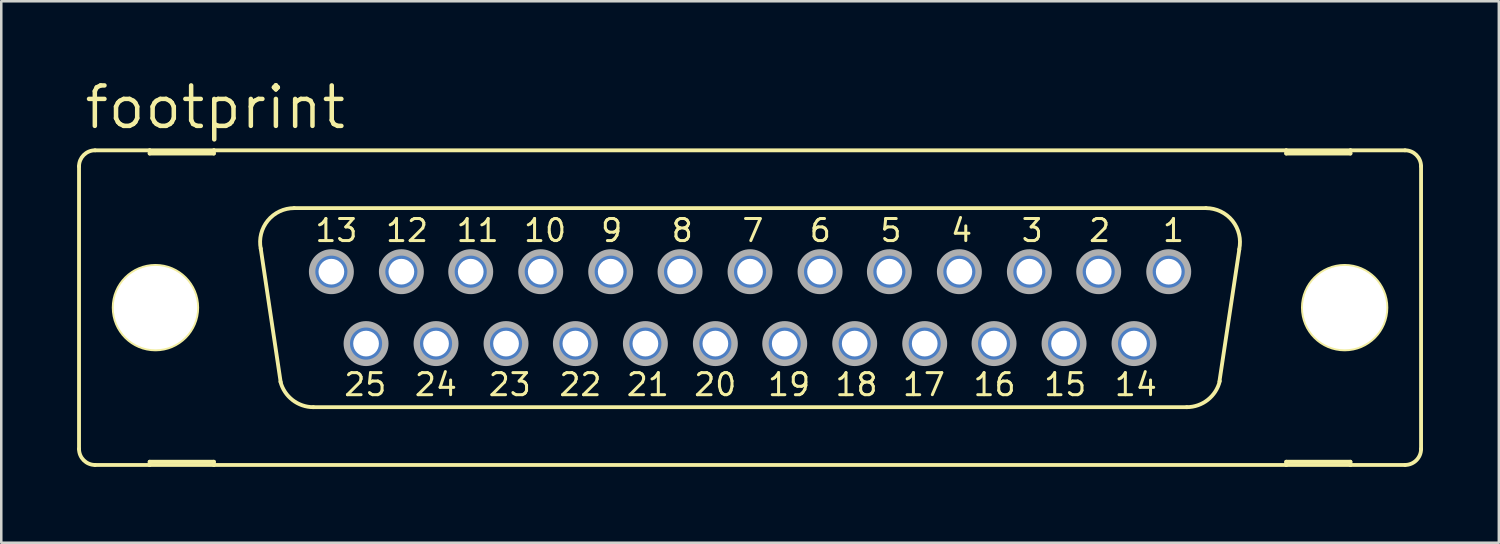
<source format=kicad_pcb>
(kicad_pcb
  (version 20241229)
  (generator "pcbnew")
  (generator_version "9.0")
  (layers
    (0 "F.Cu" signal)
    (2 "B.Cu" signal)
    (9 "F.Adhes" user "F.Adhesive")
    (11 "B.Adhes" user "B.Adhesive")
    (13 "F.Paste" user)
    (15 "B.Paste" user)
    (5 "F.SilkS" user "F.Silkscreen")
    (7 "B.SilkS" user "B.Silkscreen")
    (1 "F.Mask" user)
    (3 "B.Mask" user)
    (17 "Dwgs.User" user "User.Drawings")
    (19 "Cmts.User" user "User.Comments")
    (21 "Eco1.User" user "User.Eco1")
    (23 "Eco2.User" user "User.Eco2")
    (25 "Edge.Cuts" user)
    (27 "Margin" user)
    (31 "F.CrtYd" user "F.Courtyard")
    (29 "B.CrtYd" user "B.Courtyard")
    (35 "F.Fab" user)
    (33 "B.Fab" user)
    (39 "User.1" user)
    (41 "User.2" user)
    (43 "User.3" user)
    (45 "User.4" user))
  (footprint "footprint"
    (layer "F.Cu")
    (at 26.619 9.119)
    (property "Reference" "footprint" (at -26.416 -6.985 0) (layer "F.SilkS") (effects (font (size 1.6 1.6) (thickness 0.178)) (justify left bottom)))
    (fp_line (start -26.543 -5.588) (end -26.543 5.588) (stroke (width 0.152) (type solid)) (layer "F.SilkS"))
    (fp_line (start -25.908 6.223) (end -23.749 6.223) (stroke (width 0.152) (type solid)) (layer "F.SilkS"))
    (fp_line (start -23.749 -6.223) (end -25.908 -6.223) (stroke (width 0.152) (type solid)) (layer "F.SilkS"))
    (fp_line (start -23.749 -6.223) (end -23.749 -6.096) (stroke (width 0.152) (type solid)) (layer "F.SilkS"))
    (fp_line (start -23.749 -6.096) (end -21.209 -6.096) (stroke (width 0.152) (type solid)) (layer "F.SilkS"))
    (fp_line (start -23.749 6.096) (end -21.209 6.096) (stroke (width 0.152) (type solid)) (layer "F.SilkS"))
    (fp_line (start -23.749 6.223) (end -23.749 6.096) (stroke (width 0.152) (type solid)) (layer "F.SilkS"))
    (fp_line (start -23.749 6.223) (end -21.209 6.223) (stroke (width 0.152) (type solid)) (layer "F.SilkS"))
    (fp_line (start -21.209 -6.223) (end -23.749 -6.223) (stroke (width 0.152) (type solid)) (layer "F.SilkS"))
    (fp_line (start -21.209 -6.096) (end -21.209 -6.223) (stroke (width 0.152) (type solid)) (layer "F.SilkS"))
    (fp_line (start -21.209 6.096) (end -21.209 6.223) (stroke (width 0.152) (type solid)) (layer "F.SilkS"))
    (fp_line (start -21.209 6.223) (end 21.209 6.223) (stroke (width 0.152) (type solid)) (layer "F.SilkS"))
    (fp_line (start -18.567 2.946) (end -19.355 -2.337) (stroke (width 0.152) (type solid)) (layer "F.SilkS"))
    (fp_line (start -18.034 -3.937) (end 18.034 -3.937) (stroke (width 0.152) (type solid)) (layer "F.SilkS"))
    (fp_line (start -17.272 3.937) (end 17.272 3.937) (stroke (width 0.152) (type solid)) (layer "F.SilkS"))
    (fp_line (start 19.355 -2.311) (end 18.567 2.921) (stroke (width 0.152) (type solid)) (layer "F.SilkS"))
    (fp_line (start 21.209 -6.223) (end -21.209 -6.223) (stroke (width 0.152) (type solid)) (layer "F.SilkS"))
    (fp_line (start 21.209 -6.223) (end 21.209 -6.096) (stroke (width 0.152) (type solid)) (layer "F.SilkS"))
    (fp_line (start 21.209 -6.096) (end 23.749 -6.096) (stroke (width 0.152) (type solid)) (layer "F.SilkS"))
    (fp_line (start 21.209 6.096) (end 23.749 6.096) (stroke (width 0.152) (type solid)) (layer "F.SilkS"))
    (fp_line (start 21.209 6.223) (end 21.209 6.096) (stroke (width 0.152) (type solid)) (layer "F.SilkS"))
    (fp_line (start 21.209 6.223) (end 23.749 6.223) (stroke (width 0.152) (type solid)) (layer "F.SilkS"))
    (fp_line (start 23.749 -6.223) (end 21.209 -6.223) (stroke (width 0.152) (type solid)) (layer "F.SilkS"))
    (fp_line (start 23.749 -6.096) (end 23.749 -6.223) (stroke (width 0.152) (type solid)) (layer "F.SilkS"))
    (fp_line (start 23.749 6.096) (end 23.749 6.223) (stroke (width 0.152) (type solid)) (layer "F.SilkS"))
    (fp_line (start 23.749 6.223) (end 25.908 6.223) (stroke (width 0.152) (type solid)) (layer "F.SilkS"))
    (fp_line (start 25.908 -6.223) (end 23.749 -6.223) (stroke (width 0.152) (type solid)) (layer "F.SilkS"))
    (fp_line (start 26.543 -5.588) (end 26.543 5.588) (stroke (width 0.152) (type solid)) (layer "F.SilkS"))
    (fp_arc (start -26.543 -5.588) (mid -26.357013 -6.037013) (end -25.908 -6.223) (stroke (width 0.1524) (type solid)) (layer "F.SilkS"))
    (fp_arc (start -25.908 6.223) (mid -26.357013 6.037013) (end -26.543 5.588) (stroke (width 0.1524) (type solid)) (layer "F.SilkS"))
    (fp_arc (start -19.3541 -2.3268) (mid -19.075082 -3.444284) (end -18.034 -3.937) (stroke (width 0.1524) (type solid)) (layer "F.SilkS"))
    (fp_arc (start -17.272 3.937) (mid -18.0955 3.655745) (end -18.5749 2.9295) (stroke (width 0.1524) (type solid)) (layer "F.SilkS"))
    (fp_arc (start 18.034 -3.937) (mid 19.082557 -3.435183) (end 19.349499 -2.303798) (stroke (width 0.1524) (type solid)) (layer "F.SilkS"))
    (fp_arc (start 18.580701 2.904999) (mid 18.105257 3.647874) (end 17.272 3.937) (stroke (width 0.1524) (type solid)) (layer "F.SilkS"))
    (fp_arc (start 25.908 -6.223) (mid 26.357013 -6.037013) (end 26.543 -5.588) (stroke (width 0.1524) (type solid)) (layer "F.SilkS"))
    (fp_arc (start 26.543 5.588) (mid 26.357013 6.037013) (end 25.908 6.223) (stroke (width 0.1524) (type solid)) (layer "F.SilkS"))
    (fp_circle (center -23.52 0) (end -21.869 0) (stroke (width 0.152) (type solid)) (fill no) (layer "F.SilkS"))
    (fp_circle (center 23.52 0) (end 25.171 0) (stroke (width 0.152) (type solid)) (fill no) (layer "F.SilkS"))
    (fp_circle (center -16.561 -1.422) (end -15.799 -1.422) (stroke (width 0.254) (type solid)) (fill no) (layer "F.Fab"))
    (fp_circle (center -15.189 1.422) (end -14.427 1.422) (stroke (width 0.254) (type solid)) (fill no) (layer "F.Fab"))
    (fp_circle (center -13.792 -1.422) (end -13.03 -1.422) (stroke (width 0.254) (type solid)) (fill no) (layer "F.Fab"))
    (fp_circle (center -12.421 1.422) (end -11.659 1.422) (stroke (width 0.254) (type solid)) (fill no) (layer "F.Fab"))
    (fp_circle (center -11.049 -1.422) (end -10.287 -1.422) (stroke (width 0.254) (type solid)) (fill no) (layer "F.Fab"))
    (fp_circle (center -9.652 1.422) (end -8.89 1.422) (stroke (width 0.254) (type solid)) (fill no) (layer "F.Fab"))
    (fp_circle (center -8.28 -1.422) (end -7.518 -1.422) (stroke (width 0.254) (type solid)) (fill no) (layer "F.Fab"))
    (fp_circle (center -6.909 1.422) (end -6.147 1.422) (stroke (width 0.254) (type solid)) (fill no) (layer "F.Fab"))
    (fp_circle (center -5.512 -1.422) (end -4.75 -1.422) (stroke (width 0.254) (type solid)) (fill no) (layer "F.Fab"))
    (fp_circle (center -4.14 1.422) (end -3.378 1.422) (stroke (width 0.254) (type solid)) (fill no) (layer "F.Fab"))
    (fp_circle (center -2.769 -1.422) (end -2.007 -1.422) (stroke (width 0.254) (type solid)) (fill no) (layer "F.Fab"))
    (fp_circle (center -1.372 1.422) (end -0.61 1.422) (stroke (width 0.254) (type solid)) (fill no) (layer "F.Fab"))
    (fp_circle (center 0 -1.422) (end 0.762 -1.422) (stroke (width 0.254) (type solid)) (fill no) (layer "F.Fab"))
    (fp_circle (center 1.372 1.422) (end 2.134 1.422) (stroke (width 0.254) (type solid)) (fill no) (layer "F.Fab"))
    (fp_circle (center 2.769 -1.422) (end 3.531 -1.422) (stroke (width 0.254) (type solid)) (fill no) (layer "F.Fab"))
    (fp_circle (center 4.14 1.422) (end 4.902 1.422) (stroke (width 0.254) (type solid)) (fill no) (layer "F.Fab"))
    (fp_circle (center 5.512 -1.422) (end 6.274 -1.422) (stroke (width 0.254) (type solid)) (fill no) (layer "F.Fab"))
    (fp_circle (center 6.909 1.422) (end 7.671 1.422) (stroke (width 0.254) (type solid)) (fill no) (layer "F.Fab"))
    (fp_circle (center 8.28 -1.422) (end 9.042 -1.422) (stroke (width 0.254) (type solid)) (fill no) (layer "F.Fab"))
    (fp_circle (center 9.652 1.422) (end 10.414 1.422) (stroke (width 0.254) (type solid)) (fill no) (layer "F.Fab"))
    (fp_circle (center 11.049 -1.422) (end 11.811 -1.422) (stroke (width 0.254) (type solid)) (fill no) (layer "F.Fab"))
    (fp_circle (center 12.421 1.422) (end 13.183 1.422) (stroke (width 0.254) (type solid)) (fill no) (layer "F.Fab"))
    (fp_circle (center 13.792 -1.422) (end 14.554 -1.422) (stroke (width 0.254) (type solid)) (fill no) (layer "F.Fab"))
    (fp_circle (center 15.189 1.422) (end 15.951 1.422) (stroke (width 0.254) (type solid)) (fill no) (layer "F.Fab"))
    (fp_circle (center 16.561 -1.422) (end 17.323 -1.422) (stroke (width 0.254) (type solid)) (fill no) (layer "F.Fab"))
    (fp_text user "10" (at -9.017 -2.54 0) (layer "F.SilkS") (effects (font (size 0.872 0.872) (thickness 0.119)) (justify left bottom)))
    (fp_text user "15" (at 11.557 3.556 0) (layer "F.SilkS") (effects (font (size 0.872 0.872) (thickness 0.119)) (justify left bottom)))
    (fp_text user "16" (at 8.763 3.556 0) (layer "F.SilkS") (effects (font (size 0.872 0.872) (thickness 0.119)) (justify left bottom)))
    (fp_text user "5" (at 5.08 -2.54 0) (layer "F.SilkS") (effects (font (size 0.872 0.872) (thickness 0.119)) (justify left bottom)))
    (fp_text user "19" (at 0.635 3.556 0) (layer "F.SilkS") (effects (font (size 0.872 0.872) (thickness 0.119)) (justify left bottom)))
    (fp_text user "1" (at 16.256 -2.54 0) (layer "F.SilkS") (effects (font (size 0.872 0.872) (thickness 0.119)) (justify left bottom)))
    (fp_text user "3" (at 10.668 -2.54 0) (layer "F.SilkS") (effects (font (size 0.872 0.872) (thickness 0.119)) (justify left bottom)))
    (fp_text user "6" (at 2.286 -2.54 0) (layer "F.SilkS") (effects (font (size 0.872 0.872) (thickness 0.119)) (justify left bottom)))
    (fp_text user "17" (at 5.969 3.556 0) (layer "F.SilkS") (effects (font (size 0.872 0.872) (thickness 0.119)) (justify left bottom)))
    (fp_text user "7" (at -0.381 -2.54 0) (layer "F.SilkS") (effects (font (size 0.872 0.872) (thickness 0.119)) (justify left bottom)))
    (fp_text user "4" (at 7.874 -2.54 0) (layer "F.SilkS") (effects (font (size 0.872 0.872) (thickness 0.119)) (justify left bottom)))
    (fp_text user "11" (at -11.684 -2.54 0) (layer "F.SilkS") (effects (font (size 0.872 0.872) (thickness 0.119)) (justify left bottom)))
    (fp_text user "9" (at -5.969 -2.54 0) (layer "F.SilkS") (effects (font (size 0.872 0.872) (thickness 0.119)) (justify left bottom)))
    (fp_text user "23" (at -10.414 3.556 0) (layer "F.SilkS") (effects (font (size 0.872 0.872) (thickness 0.119)) (justify left bottom)))
    (fp_text user "25" (at -16.129 3.556 0) (layer "F.SilkS") (effects (font (size 0.872 0.872) (thickness 0.119)) (justify left bottom)))
    (fp_text user "13" (at -17.272 -2.54 0) (layer "F.SilkS") (effects (font (size 0.872 0.872) (thickness 0.119)) (justify left bottom)))
    (fp_text user "22" (at -7.62 3.556 0) (layer "F.SilkS") (effects (font (size 0.872 0.872) (thickness 0.119)) (justify left bottom)))
    (fp_text user "14" (at 14.351 3.556 0) (layer "F.SilkS") (effects (font (size 0.872 0.872) (thickness 0.119)) (justify left bottom)))
    (fp_text user "20" (at -2.286 3.556 0) (layer "F.SilkS") (effects (font (size 0.872 0.872) (thickness 0.119)) (justify left bottom)))
    (fp_text user "12" (at -14.478 -2.54 0) (layer "F.SilkS") (effects (font (size 0.872 0.872) (thickness 0.119)) (justify left bottom)))
    (fp_text user "2" (at 13.335 -2.54 0) (layer "F.SilkS") (effects (font (size 0.872 0.872) (thickness 0.119)) (justify left bottom)))
    (fp_text user "18" (at 3.302 3.556 0) (layer "F.SilkS") (effects (font (size 0.872 0.872) (thickness 0.119)) (justify left bottom)))
    (fp_text user "21" (at -4.953 3.556 0) (layer "F.SilkS") (effects (font (size 0.872 0.872) (thickness 0.119)) (justify left bottom)))
    (fp_text user "8" (at -3.175 -2.54 0) (layer "F.SilkS") (effects (font (size 0.872 0.872) (thickness 0.119)) (justify left bottom)))
    (fp_text user "24" (at -13.335 3.556 0) (layer "F.SilkS") (effects (font (size 0.872 0.872) (thickness 0.119)) (justify left bottom)))
    (pad "" np_thru_hole circle (at -23.52 0) (size 3.302 3.302) (drill 3.302) (layers "*.Cu" "*.Mask"))
    (pad "" np_thru_hole circle (at 23.52 0) (size 3.302 3.302) (drill 3.302) (layers "*.Cu" "*.Mask"))
    (pad "1" thru_hole roundrect (at 16.561 -1.422) (size 1.524 1.524) (drill 1.016) (layers "*.Cu" "*.Mask") (roundrect_rratio 0.25) (chamfer_ratio 0.25) (chamfer top_left top_right bottom_left bottom_right))
    (pad "2" thru_hole roundrect (at 13.792 -1.422) (size 1.524 1.524) (drill 1.016) (layers "*.Cu" "*.Mask") (roundrect_rratio 0.25) (chamfer_ratio 0.25) (chamfer top_left top_right bottom_left bottom_right))
    (pad "3" thru_hole roundrect (at 11.049 -1.422) (size 1.524 1.524) (drill 1.016) (layers "*.Cu" "*.Mask") (roundrect_rratio 0.25) (chamfer_ratio 0.25) (chamfer top_left top_right bottom_left bottom_right))
    (pad "4" thru_hole roundrect (at 8.28 -1.422) (size 1.524 1.524) (drill 1.016) (layers "*.Cu" "*.Mask") (roundrect_rratio 0.25) (chamfer_ratio 0.25) (chamfer top_left top_right bottom_left bottom_right))
    (pad "5" thru_hole roundrect (at 5.512 -1.422) (size 1.524 1.524) (drill 1.016) (layers "*.Cu" "*.Mask") (roundrect_rratio 0.25) (chamfer_ratio 0.25) (chamfer top_left top_right bottom_left bottom_right))
    (pad "6" thru_hole roundrect (at 2.769 -1.422) (size 1.524 1.524) (drill 1.016) (layers "*.Cu" "*.Mask") (roundrect_rratio 0.25) (chamfer_ratio 0.25) (chamfer top_left top_right bottom_left bottom_right))
    (pad "7" thru_hole roundrect (at 0 -1.422) (size 1.524 1.524) (drill 1.016) (layers "*.Cu" "*.Mask") (roundrect_rratio 0.25) (chamfer_ratio 0.25) (chamfer top_left top_right bottom_left bottom_right))
    (pad "8" thru_hole roundrect (at -2.769 -1.422) (size 1.524 1.524) (drill 1.016) (layers "*.Cu" "*.Mask") (roundrect_rratio 0.25) (chamfer_ratio 0.25) (chamfer top_left top_right bottom_left bottom_right))
    (pad "9" thru_hole roundrect (at -5.512 -1.422) (size 1.524 1.524) (drill 1.016) (layers "*.Cu" "*.Mask") (roundrect_rratio 0.25) (chamfer_ratio 0.25) (chamfer top_left top_right bottom_left bottom_right))
    (pad "10" thru_hole roundrect (at -8.28 -1.422) (size 1.524 1.524) (drill 1.016) (layers "*.Cu" "*.Mask") (roundrect_rratio 0.25) (chamfer_ratio 0.25) (chamfer top_left top_right bottom_left bottom_right))
    (pad "11" thru_hole roundrect (at -11.049 -1.422) (size 1.524 1.524) (drill 1.016) (layers "*.Cu" "*.Mask") (roundrect_rratio 0.25) (chamfer_ratio 0.25) (chamfer top_left top_right bottom_left bottom_right))
    (pad "12" thru_hole roundrect (at -13.792 -1.422) (size 1.524 1.524) (drill 1.016) (layers "*.Cu" "*.Mask") (roundrect_rratio 0.25) (chamfer_ratio 0.25) (chamfer top_left top_right bottom_left bottom_right))
    (pad "13" thru_hole roundrect (at -16.561 -1.422) (size 1.524 1.524) (drill 1.016) (layers "*.Cu" "*.Mask") (roundrect_rratio 0.25) (chamfer_ratio 0.25) (chamfer top_left top_right bottom_left bottom_right))
    (pad "14" thru_hole roundrect (at 15.189 1.422) (size 1.524 1.524) (drill 1.016) (layers "*.Cu" "*.Mask") (roundrect_rratio 0.25) (chamfer_ratio 0.25) (chamfer top_left top_right bottom_left bottom_right))
    (pad "15" thru_hole roundrect (at 12.421 1.422) (size 1.524 1.524) (drill 1.016) (layers "*.Cu" "*.Mask") (roundrect_rratio 0.25) (chamfer_ratio 0.25) (chamfer top_left top_right bottom_left bottom_right))
    (pad "16" thru_hole roundrect (at 9.652 1.422) (size 1.524 1.524) (drill 1.016) (layers "*.Cu" "*.Mask") (roundrect_rratio 0.25) (chamfer_ratio 0.25) (chamfer top_left top_right bottom_left bottom_right))
    (pad "17" thru_hole roundrect (at 6.909 1.422) (size 1.524 1.524) (drill 1.016) (layers "*.Cu" "*.Mask") (roundrect_rratio 0.25) (chamfer_ratio 0.25) (chamfer top_left top_right bottom_left bottom_right))
    (pad "18" thru_hole roundrect (at 4.14 1.422) (size 1.524 1.524) (drill 1.016) (layers "*.Cu" "*.Mask") (roundrect_rratio 0.25) (chamfer_ratio 0.25) (chamfer top_left top_right bottom_left bottom_right))
    (pad "19" thru_hole roundrect (at 1.372 1.422) (size 1.524 1.524) (drill 1.016) (layers "*.Cu" "*.Mask") (roundrect_rratio 0.25) (chamfer_ratio 0.25) (chamfer top_left top_right bottom_left bottom_right))
    (pad "20" thru_hole roundrect (at -1.372 1.422) (size 1.524 1.524) (drill 1.016) (layers "*.Cu" "*.Mask") (roundrect_rratio 0.25) (chamfer_ratio 0.25) (chamfer top_left top_right bottom_left bottom_right))
    (pad "21" thru_hole roundrect (at -4.14 1.422) (size 1.524 1.524) (drill 1.016) (layers "*.Cu" "*.Mask") (roundrect_rratio 0.25) (chamfer_ratio 0.25) (chamfer top_left top_right bottom_left bottom_right))
    (pad "22" thru_hole roundrect (at -6.909 1.422) (size 1.524 1.524) (drill 1.016) (layers "*.Cu" "*.Mask") (roundrect_rratio 0.25) (chamfer_ratio 0.25) (chamfer top_left top_right bottom_left bottom_right))
    (pad "23" thru_hole roundrect (at -9.652 1.422) (size 1.524 1.524) (drill 1.016) (layers "*.Cu" "*.Mask") (roundrect_rratio 0.25) (chamfer_ratio 0.25) (chamfer top_left top_right bottom_left bottom_right))
    (pad "24" thru_hole roundrect (at -12.421 1.422) (size 1.524 1.524) (drill 1.016) (layers "*.Cu" "*.Mask") (roundrect_rratio 0.25) (chamfer_ratio 0.25) (chamfer top_left top_right bottom_left bottom_right))
    (pad "25" thru_hole roundrect (at -15.189 1.422) (size 1.524 1.524) (drill 1.016) (layers "*.Cu" "*.Mask") (roundrect_rratio 0.25) (chamfer_ratio 0.25) (chamfer top_left top_right bottom_left bottom_right))
    (zone (net_name "") (layers "F.Cu" "B.Cu") (hatch edge 0.508) (connect_pads) (min_thickness 0.254) (filled_areas_thickness no) (keepout (tracks allowed) (vias not_allowed) (pads allowed) (copperpour allowed) (footprints allowed)) (placement (enabled no)) (fill) (polygon (pts (xy 5.766 9.119) (xy 5.725 8.655) (xy 5.605 8.206) (xy 5.408 7.785) (xy 5.142 7.404) (xy 4.813 7.076) (xy 4.432 6.809) (xy 4.011 6.612) (xy 3.562 6.492) (xy 3.099 6.452) (xy 2.636 6.492) (xy 2.187 6.612) (xy 1.765 6.809) (xy 1.384 7.076) (xy 1.056 7.404) (xy 0.789 7.785) (xy 0.593 8.206) (xy 0.472 8.655) (xy 0.432 9.119) (xy 0.472 9.582) (xy 0.593 10.031) (xy 0.789 10.452) (xy 1.056 10.833) (xy 1.384 11.162) (xy 1.765 11.428) (xy 2.187 11.625) (xy 2.636 11.745) (xy 3.099 11.786) (xy 3.562 11.745) (xy 4.011 11.625) (xy 4.432 11.428) (xy 4.813 11.162) (xy 5.142 10.833) (xy 5.408 10.452) (xy 5.605 10.031) (xy 5.725 9.582))))
    (zone (net_name "") (layers "F.Cu" "B.Cu") (hatch edge 0.508) (connect_pads) (min_thickness 0.254) (filled_areas_thickness no) (keepout (tracks allowed) (vias not_allowed) (pads allowed) (copperpour allowed) (footprints allowed)) (placement (enabled no)) (fill) (polygon (pts (xy 52.807 9.119) (xy 52.766 8.655) (xy 52.646 8.206) (xy 52.449 7.785) (xy 52.183 7.404) (xy 51.854 7.076) (xy 51.473 6.809) (xy 51.052 6.612) (xy 50.603 6.492) (xy 50.14 6.452) (xy 49.676 6.492) (xy 49.227 6.612) (xy 48.806 6.809) (xy 48.425 7.076) (xy 48.097 7.404) (xy 47.83 7.785) (xy 47.633 8.206) (xy 47.513 8.655) (xy 47.473 9.119) (xy 47.513 9.582) (xy 47.633 10.031) (xy 47.83 10.452) (xy 48.097 10.833) (xy 48.425 11.162) (xy 48.806 11.428) (xy 49.227 11.625) (xy 49.676 11.745) (xy 50.14 11.786) (xy 50.603 11.745) (xy 51.052 11.625) (xy 51.473 11.428) (xy 51.854 11.162) (xy 52.183 10.833) (xy 52.449 10.452) (xy 52.646 10.031) (xy 52.766 9.582))))
    (zone (net_name "") (layer "B.Cu") (hatch edge 0.508) (connect_pads) (min_thickness 0.254) (filled_areas_thickness no) (keepout (tracks not_allowed) (vias not_allowed) (pads not_allowed) (copperpour not_allowed) (footprints allowed)) (placement (enabled no)) (fill) (polygon (pts (xy 5.766 9.119) (xy 5.725 8.655) (xy 5.605 8.206) (xy 5.408 7.785) (xy 5.142 7.404) (xy 4.813 7.076) (xy 4.432 6.809) (xy 4.011 6.612) (xy 3.562 6.492) (xy 3.099 6.452) (xy 2.636 6.492) (xy 2.187 6.612) (xy 1.765 6.809) (xy 1.384 7.076) (xy 1.056 7.404) (xy 0.789 7.785) (xy 0.593 8.206) (xy 0.472 8.655) (xy 0.432 9.119) (xy 0.472 9.582) (xy 0.593 10.031) (xy 0.789 10.452) (xy 1.056 10.833) (xy 1.384 11.162) (xy 1.765 11.428) (xy 2.187 11.625) (xy 2.636 11.745) (xy 3.099 11.786) (xy 3.562 11.745) (xy 4.011 11.625) (xy 4.432 11.428) (xy 4.813 11.162) (xy 5.142 10.833) (xy 5.408 10.452) (xy 5.605 10.031) (xy 5.725 9.582))))
    (zone (net_name "") (layer "B.Cu") (hatch edge 0.508) (connect_pads) (min_thickness 0.254) (filled_areas_thickness no) (keepout (tracks not_allowed) (vias not_allowed) (pads not_allowed) (copperpour not_allowed) (footprints allowed)) (placement (enabled no)) (fill) (polygon (pts (xy 52.807 9.119) (xy 52.766 8.655) (xy 52.646 8.206) (xy 52.449 7.785) (xy 52.183 7.404) (xy 51.854 7.076) (xy 51.473 6.809) (xy 51.052 6.612) (xy 50.603 6.492) (xy 50.14 6.452) (xy 49.676 6.492) (xy 49.227 6.612) (xy 48.806 6.809) (xy 48.425 7.076) (xy 48.097 7.404) (xy 47.83 7.785) (xy 47.633 8.206) (xy 47.513 8.655) (xy 47.473 9.119) (xy 47.513 9.582) (xy 47.633 10.031) (xy 47.83 10.452) (xy 48.097 10.833) (xy 48.425 11.162) (xy 48.806 11.428) (xy 49.227 11.625) (xy 49.676 11.745) (xy 50.14 11.786) (xy 50.603 11.745) (xy 51.052 11.625) (xy 51.473 11.428) (xy 51.854 11.162) (xy 52.183 10.833) (xy 52.449 10.452) (xy 52.646 10.031) (xy 52.766 9.582)))))
  (gr_rect
    (start -3 -3)
    (end 56.238 18.418)
    (stroke (width 0.1) (type default))
    (fill no)
    (layer "Edge.Cuts")))
</source>
